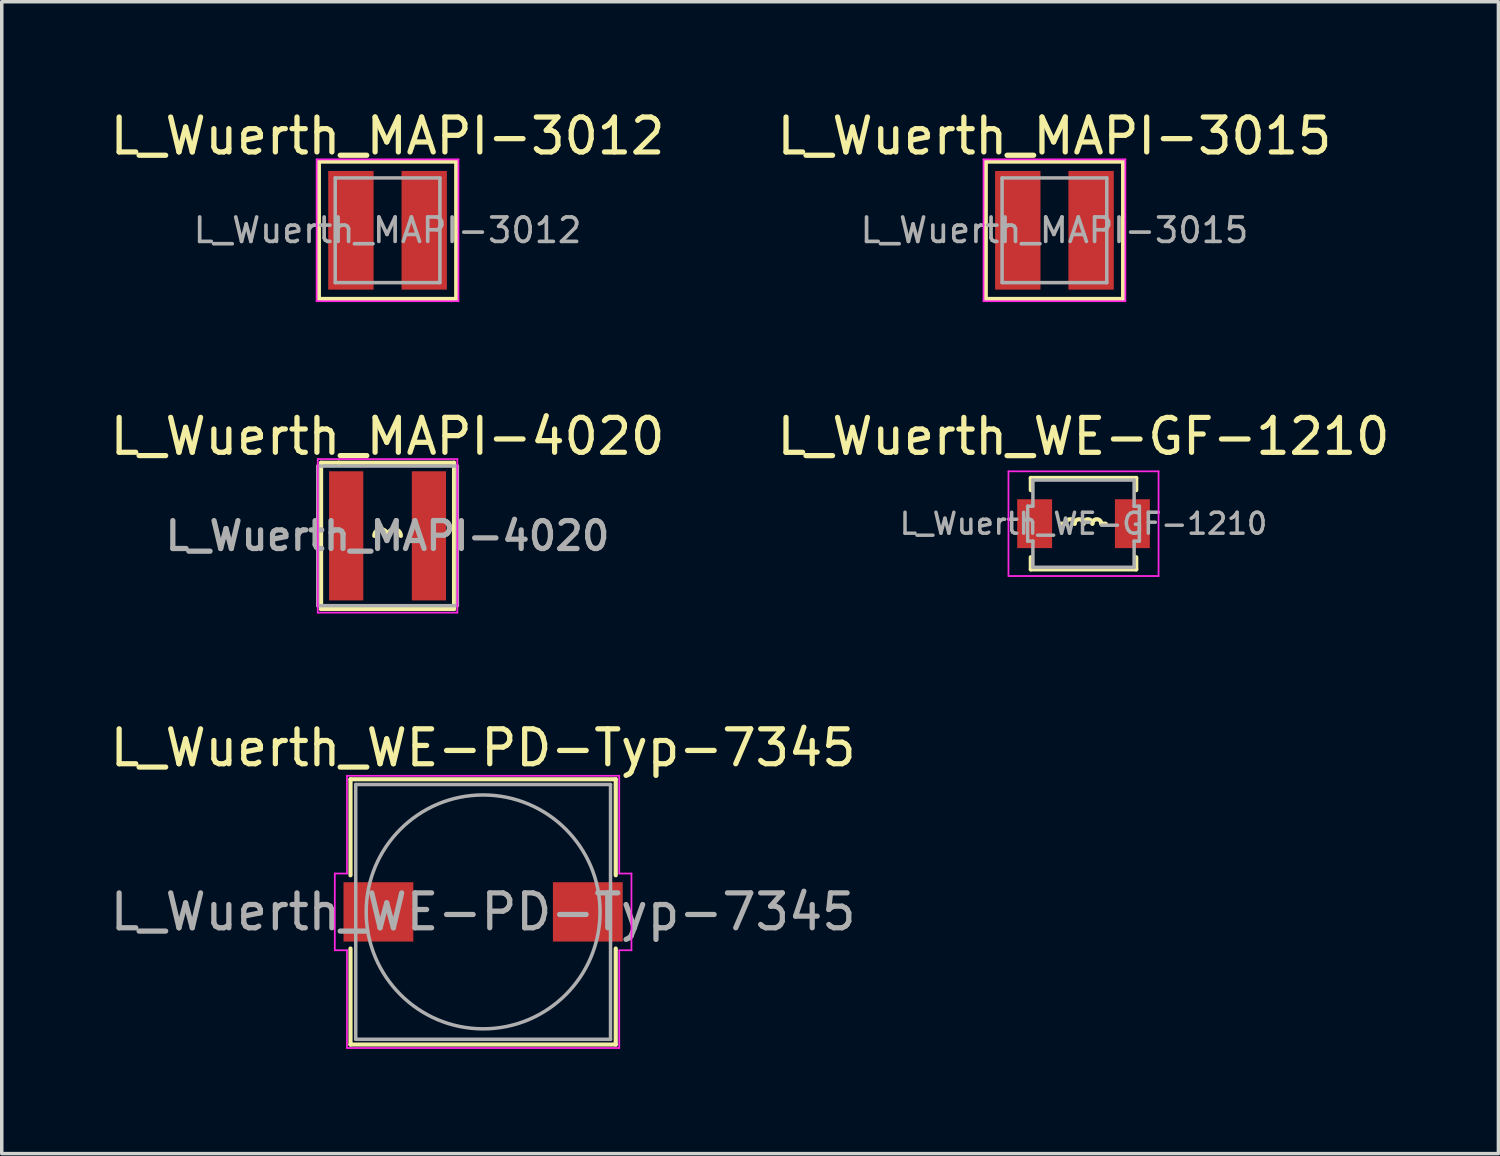
<source format=kicad_pcb>
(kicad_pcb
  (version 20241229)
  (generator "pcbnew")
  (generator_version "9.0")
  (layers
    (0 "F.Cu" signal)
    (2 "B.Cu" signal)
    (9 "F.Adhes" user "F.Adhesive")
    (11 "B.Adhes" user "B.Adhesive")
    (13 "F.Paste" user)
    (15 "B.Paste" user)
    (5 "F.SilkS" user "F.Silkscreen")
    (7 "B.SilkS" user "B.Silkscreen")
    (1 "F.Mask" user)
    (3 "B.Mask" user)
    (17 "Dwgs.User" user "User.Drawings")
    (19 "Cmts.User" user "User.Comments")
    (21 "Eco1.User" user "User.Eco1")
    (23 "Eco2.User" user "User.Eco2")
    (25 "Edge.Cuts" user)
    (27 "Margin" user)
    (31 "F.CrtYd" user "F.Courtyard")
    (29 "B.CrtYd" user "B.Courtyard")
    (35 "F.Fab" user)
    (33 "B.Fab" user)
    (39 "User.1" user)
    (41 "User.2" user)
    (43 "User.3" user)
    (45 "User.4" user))
  (footprint "L_Wuerth_MAPI-3015"
    (layer "F.Cu")
    (at 27.161 3.548)
    (property "Reference" "L_Wuerth_MAPI-3015" (at 0 -2.7 0) (layer "F.SilkS") (effects (font (size 1 1) (thickness 0.15))))
    (attr smd)
    (fp_line (start -1.968 -1.968) (end -1.968 1.968) (stroke (width 0.12) (type solid)) (layer "F.SilkS"))
    (fp_line (start -1.968 1.968) (end 1.968 1.968) (stroke (width 0.12) (type solid)) (layer "F.SilkS"))
    (fp_line (start 1.968 -1.968) (end -1.968 -1.968) (stroke (width 0.12) (type solid)) (layer "F.SilkS"))
    (fp_line (start 1.968 1.968) (end 1.968 -1.968) (stroke (width 0.12) (type solid)) (layer "F.SilkS"))
    (fp_line (start -2.032 -2.032) (end -2.032 2.032) (stroke (width 0.05) (type solid)) (layer "F.CrtYd"))
    (fp_line (start -2.032 2.032) (end 2.032 2.032) (stroke (width 0.05) (type solid)) (layer "F.CrtYd"))
    (fp_line (start 2.032 -2.032) (end -2.032 -2.032) (stroke (width 0.05) (type solid)) (layer "F.CrtYd"))
    (fp_line (start 2.032 2.032) (end 2.032 -2.032) (stroke (width 0.05) (type solid)) (layer "F.CrtYd"))
    (fp_line (start -1.5 -1.5) (end -1.5 1.5) (stroke (width 0.1) (type solid)) (layer "F.Fab"))
    (fp_line (start -1.5 1.5) (end 1.5 1.5) (stroke (width 0.1) (type solid)) (layer "F.Fab"))
    (fp_line (start 1.5 -1.5) (end -1.5 -1.5) (stroke (width 0.1) (type solid)) (layer "F.Fab"))
    (fp_line (start 1.5 1.5) (end 1.5 -1.5) (stroke (width 0.1) (type solid)) (layer "F.Fab"))
    (fp_text user "${REFERENCE}" (at 0 0 0) (layer "F.Fab") (effects (font (size 0.7 0.7) (thickness 0.105))))
    (pad "1" smd rect (at -1.05 0) (size 1.3 3.4) (layers "F.Cu" "F.Mask" "F.Paste"))
    (pad "2" smd rect (at 1.05 0) (size 1.3 3.4) (layers "F.Cu" "F.Mask" "F.Paste")))
  (footprint "L_Wuerth_WE-GF-1210"
    (layer "F.Cu")
    (at 27.994 11.954)
    (property "Reference" "L_Wuerth_WE-GF-1210" (at 0 -2.5 0) (layer "F.SilkS") (effects (font (size 1 1) (thickness 0.15))))
    (attr smd)
    (fp_line (start -1.51 -1.31) (end -1.51 -0.96) (stroke (width 0.12) (type solid)) (layer "F.SilkS"))
    (fp_line (start -1.51 -1.31) (end 1.51 -1.31) (stroke (width 0.12) (type solid)) (layer "F.SilkS"))
    (fp_line (start -1.51 0.96) (end -1.51 1.31) (stroke (width 0.12) (type solid)) (layer "F.SilkS"))
    (fp_line (start -1.51 1.31) (end 1.51 1.31) (stroke (width 0.12) (type solid)) (layer "F.SilkS"))
    (fp_line (start -0.508 0) (end -0.635 0) (stroke (width 0.12) (type solid)) (layer "F.SilkS"))
    (fp_line (start 0.635 0) (end 0.508 0) (stroke (width 0.12) (type solid)) (layer "F.SilkS"))
    (fp_line (start 1.51 -1.31) (end 1.51 -0.96) (stroke (width 0.12) (type solid)) (layer "F.SilkS"))
    (fp_line (start 1.51 0.96) (end 1.51 1.31) (stroke (width 0.12) (type solid)) (layer "F.SilkS"))
    (fp_arc (start -0.508 0) (mid -0.381 -0.127) (end -0.254 0) (stroke (width 0.12) (type solid)) (layer "F.SilkS"))
    (fp_arc (start -0.254 0) (mid -0.127 -0.127) (end 0 0) (stroke (width 0.12) (type solid)) (layer "F.SilkS"))
    (fp_arc (start 0 0) (mid 0.127 -0.127) (end 0.254 0) (stroke (width 0.12) (type solid)) (layer "F.SilkS"))
    (fp_arc (start 0.254 0) (mid 0.381 -0.127) (end 0.508 0) (stroke (width 0.12) (type solid)) (layer "F.SilkS"))
    (fp_line (start -2.15 -1.5) (end -2.15 1.5) (stroke (width 0.05) (type solid)) (layer "F.CrtYd"))
    (fp_line (start -2.15 -1.5) (end 2.15 -1.5) (stroke (width 0.05) (type solid)) (layer "F.CrtYd"))
    (fp_line (start -2.15 1.5) (end 2.15 1.5) (stroke (width 0.05) (type solid)) (layer "F.CrtYd"))
    (fp_line (start 2.15 -1.5) (end 2.15 1.5) (stroke (width 0.05) (type solid)) (layer "F.CrtYd"))
    (fp_line (start -1.6 -0.5) (end -1.6 0.5) (stroke (width 0.1) (type solid)) (layer "F.Fab"))
    (fp_line (start -1.6 -0.5) (end -1.45 -0.5) (stroke (width 0.1) (type solid)) (layer "F.Fab"))
    (fp_line (start -1.45 -1.25) (end -1.45 -0.5) (stroke (width 0.1) (type solid)) (layer "F.Fab"))
    (fp_line (start -1.45 -1.25) (end 1.45 -1.25) (stroke (width 0.1) (type solid)) (layer "F.Fab"))
    (fp_line (start -1.45 0.5) (end -1.6 0.5) (stroke (width 0.1) (type solid)) (layer "F.Fab"))
    (fp_line (start -1.45 0.5) (end -1.45 1.25) (stroke (width 0.1) (type solid)) (layer "F.Fab"))
    (fp_line (start -1.45 1.25) (end 1.45 1.25) (stroke (width 0.1) (type solid)) (layer "F.Fab"))
    (fp_line (start 1.45 -1.25) (end 1.45 -0.5) (stroke (width 0.1) (type solid)) (layer "F.Fab"))
    (fp_line (start 1.45 -0.5) (end 1.6 -0.5) (stroke (width 0.1) (type solid)) (layer "F.Fab"))
    (fp_line (start 1.45 0.5) (end 1.45 1.25) (stroke (width 0.1) (type solid)) (layer "F.Fab"))
    (fp_line (start 1.6 -0.5) (end 1.6 0.5) (stroke (width 0.1) (type solid)) (layer "F.Fab"))
    (fp_line (start 1.6 0.5) (end 1.45 0.5) (stroke (width 0.1) (type solid)) (layer "F.Fab"))
    (fp_text user "${REFERENCE}" (at 0 0 0) (layer "F.Fab") (effects (font (size 0.6 0.6) (thickness 0.1))))
    (pad "1" smd rect (at -1.4 0) (size 1 1.4) (layers "F.Cu" "F.Mask" "F.Paste"))
    (pad "2" smd rect (at 1.4 0) (size 1 1.4) (layers "F.Cu" "F.Mask" "F.Paste")))
  (footprint "L_Wuerth_WE-PD-Typ-7345"
    (layer "F.Cu")
    (at 10.792 23.077)
    (property "Reference" "L_Wuerth_WE-PD-Typ-7345" (at 0 -4.7 0) (layer "F.SilkS") (effects (font (size 1 1) (thickness 0.15))))
    (attr smd)
    (fp_line (start -3.8 -3.8) (end 3.8 -3.8) (stroke (width 0.12) (type solid)) (layer "F.SilkS"))
    (fp_line (start -3.8 -1.05) (end -3.8 -3.8) (stroke (width 0.12) (type solid)) (layer "F.SilkS"))
    (fp_line (start -3.8 3.8) (end -3.8 1.05) (stroke (width 0.12) (type solid)) (layer "F.SilkS"))
    (fp_line (start -3.8 3.8) (end 3.8 3.8) (stroke (width 0.12) (type solid)) (layer "F.SilkS"))
    (fp_line (start 3.8 -1.05) (end 3.8 -3.8) (stroke (width 0.12) (type solid)) (layer "F.SilkS"))
    (fp_line (start 3.8 3.8) (end 3.8 1.05) (stroke (width 0.12) (type solid)) (layer "F.SilkS"))
    (fp_line (start -4.25 -1.1) (end -3.9 -1.1) (stroke (width 0.05) (type solid)) (layer "F.CrtYd"))
    (fp_line (start -4.25 1.1) (end -4.25 -1.1) (stroke (width 0.05) (type solid)) (layer "F.CrtYd"))
    (fp_line (start -4.25 1.1) (end -3.9 1.1) (stroke (width 0.05) (type solid)) (layer "F.CrtYd"))
    (fp_line (start -3.9 -3.9) (end 3.9 -3.9) (stroke (width 0.05) (type solid)) (layer "F.CrtYd"))
    (fp_line (start -3.9 -1.1) (end -3.9 -3.9) (stroke (width 0.05) (type solid)) (layer "F.CrtYd"))
    (fp_line (start -3.9 3.9) (end -3.9 1.1) (stroke (width 0.05) (type solid)) (layer "F.CrtYd"))
    (fp_line (start 3.9 -1.1) (end 3.9 -3.9) (stroke (width 0.05) (type solid)) (layer "F.CrtYd"))
    (fp_line (start 3.9 -1.1) (end 4.25 -1.1) (stroke (width 0.05) (type solid)) (layer "F.CrtYd"))
    (fp_line (start 3.9 1.1) (end 4.25 1.1) (stroke (width 0.05) (type solid)) (layer "F.CrtYd"))
    (fp_line (start 3.9 3.9) (end -3.9 3.9) (stroke (width 0.05) (type solid)) (layer "F.CrtYd"))
    (fp_line (start 3.9 3.9) (end 3.9 1.1) (stroke (width 0.05) (type solid)) (layer "F.CrtYd"))
    (fp_line (start 4.25 1.1) (end 4.25 -1.1) (stroke (width 0.05) (type solid)) (layer "F.CrtYd"))
    (fp_line (start -3.65 -3.65) (end -3.65 3.65) (stroke (width 0.1) (type solid)) (layer "F.Fab"))
    (fp_line (start -3.65 3.65) (end 3.65 3.65) (stroke (width 0.1) (type solid)) (layer "F.Fab"))
    (fp_line (start 3.65 -3.65) (end -3.65 -3.65) (stroke (width 0.1) (type solid)) (layer "F.Fab"))
    (fp_line (start 3.65 3.65) (end 3.65 -3.65) (stroke (width 0.1) (type solid)) (layer "F.Fab"))
    (fp_circle (center 0 0) (end 3.35 -0.05) (stroke (width 0.1) (type solid)) (fill no) (layer "F.Fab"))
    (fp_text user "${REFERENCE}" (at 0 0 0) (layer "F.Fab") (effects (font (size 1 1) (thickness 0.15))))
    (pad "1" smd rect (at -3 0) (size 2 1.7) (layers "F.Cu" "F.Mask" "F.Paste"))
    (pad "2" smd rect (at 3 0) (size 2 1.7) (layers "F.Cu" "F.Mask" "F.Paste")))
  (footprint "L_Wuerth_MAPI-3012"
    (layer "F.Cu")
    (at 8.054 3.548)
    (property "Reference" "L_Wuerth_MAPI-3012" (at 0 -2.7 0) (layer "F.SilkS") (effects (font (size 1 1) (thickness 0.15))))
    (attr smd)
    (fp_line (start -1.968 -1.968) (end -1.968 1.968) (stroke (width 0.12) (type solid)) (layer "F.SilkS"))
    (fp_line (start -1.968 1.968) (end 1.968 1.968) (stroke (width 0.12) (type solid)) (layer "F.SilkS"))
    (fp_line (start 1.968 -1.968) (end -1.968 -1.968) (stroke (width 0.12) (type solid)) (layer "F.SilkS"))
    (fp_line (start 1.968 1.968) (end 1.968 -1.968) (stroke (width 0.12) (type solid)) (layer "F.SilkS"))
    (fp_line (start -2.032 -2.032) (end -2.032 2.032) (stroke (width 0.05) (type solid)) (layer "F.CrtYd"))
    (fp_line (start -2.032 2.032) (end 2.032 2.032) (stroke (width 0.05) (type solid)) (layer "F.CrtYd"))
    (fp_line (start 2.032 -2.032) (end -2.032 -2.032) (stroke (width 0.05) (type solid)) (layer "F.CrtYd"))
    (fp_line (start 2.032 2.032) (end 2.032 -2.032) (stroke (width 0.05) (type solid)) (layer "F.CrtYd"))
    (fp_line (start -1.5 -1.5) (end -1.5 1.5) (stroke (width 0.1) (type solid)) (layer "F.Fab"))
    (fp_line (start -1.5 1.5) (end 1.5 1.5) (stroke (width 0.1) (type solid)) (layer "F.Fab"))
    (fp_line (start 1.5 -1.5) (end -1.5 -1.5) (stroke (width 0.1) (type solid)) (layer "F.Fab"))
    (fp_line (start 1.5 1.5) (end 1.5 -1.5) (stroke (width 0.1) (type solid)) (layer "F.Fab"))
    (fp_text user "${REFERENCE}" (at 0 0 0) (layer "F.Fab") (effects (font (size 0.7 0.7) (thickness 0.105))))
    (pad "1" smd rect (at -1.05 0) (size 1.3 3.4) (layers "F.Cu" "F.Mask" "F.Paste"))
    (pad "2" smd rect (at 1.05 0) (size 1.3 3.4) (layers "F.Cu" "F.Mask" "F.Paste")))
  (footprint "L_Wuerth_MAPI-4020"
    (layer "F.Cu")
    (at 8.054 12.303)
    (property "Reference" "L_Wuerth_MAPI-4020" (at 0 -2.85 0) (layer "F.SilkS") (effects (font (size 1 1) (thickness 0.15))))
    (attr smd)
    (fp_line (start -1.905 -2.095) (end -1.905 2.095) (stroke (width 0.12) (type solid)) (layer "F.SilkS"))
    (fp_line (start -1.905 2.095) (end 1.905 2.095) (stroke (width 0.12) (type solid)) (layer "F.SilkS"))
    (fp_line (start -1.397 -2.095) (end -1.905 -2.095) (stroke (width 0.12) (type solid)) (layer "F.SilkS"))
    (fp_line (start 1.905 -2.095) (end -1.397 -2.095) (stroke (width 0.12) (type solid)) (layer "F.SilkS"))
    (fp_line (start 1.905 2.095) (end 1.905 -2.095) (stroke (width 0.12) (type solid)) (layer "F.SilkS"))
    (fp_arc (start -0.381 0) (mid -0.1905 -0.1905) (end 0 0) (stroke (width 0.12) (type solid)) (layer "F.SilkS"))
    (fp_arc (start 0 0) (mid 0.1905 -0.1905) (end 0.381 0) (stroke (width 0.12) (type solid)) (layer "F.SilkS"))
    (fp_line (start -2 -2.2) (end -2 2.2) (stroke (width 0.05) (type solid)) (layer "F.CrtYd"))
    (fp_line (start -2 2.2) (end 2 2.2) (stroke (width 0.05) (type solid)) (layer "F.CrtYd"))
    (fp_line (start 2 -2.2) (end -2 -2.2) (stroke (width 0.05) (type solid)) (layer "F.CrtYd"))
    (fp_line (start 2 2.2) (end 2 -2.2) (stroke (width 0.05) (type solid)) (layer "F.CrtYd"))
    (fp_line (start -2 -2) (end -2 2) (stroke (width 0.1) (type solid)) (layer "F.Fab"))
    (fp_line (start -2 2) (end 2 2) (stroke (width 0.1) (type solid)) (layer "F.Fab"))
    (fp_line (start 2 -2) (end -2 -2) (stroke (width 0.1) (type solid)) (layer "F.Fab"))
    (fp_line (start 2 2) (end 2 -2) (stroke (width 0.1) (type solid)) (layer "F.Fab"))
    (fp_text user "${REFERENCE}" (at 0 0 0) (layer "F.Fab") (effects (font (size 0.8 0.8) (thickness 0.15))))
    (pad "1" smd rect (at -1.185 0) (size 0.98 3.7) (layers "F.Cu" "F.Mask" "F.Paste"))
    (pad "2" smd rect (at 1.185 0) (size 0.98 3.7) (layers "F.Cu" "F.Mask" "F.Paste")))
  (gr_rect
    (start -3 -3)
    (end 39.881 30.002)
    (stroke (width 0.1) (type default))
    (fill no)
    (layer "Edge.Cuts")))
</source>
